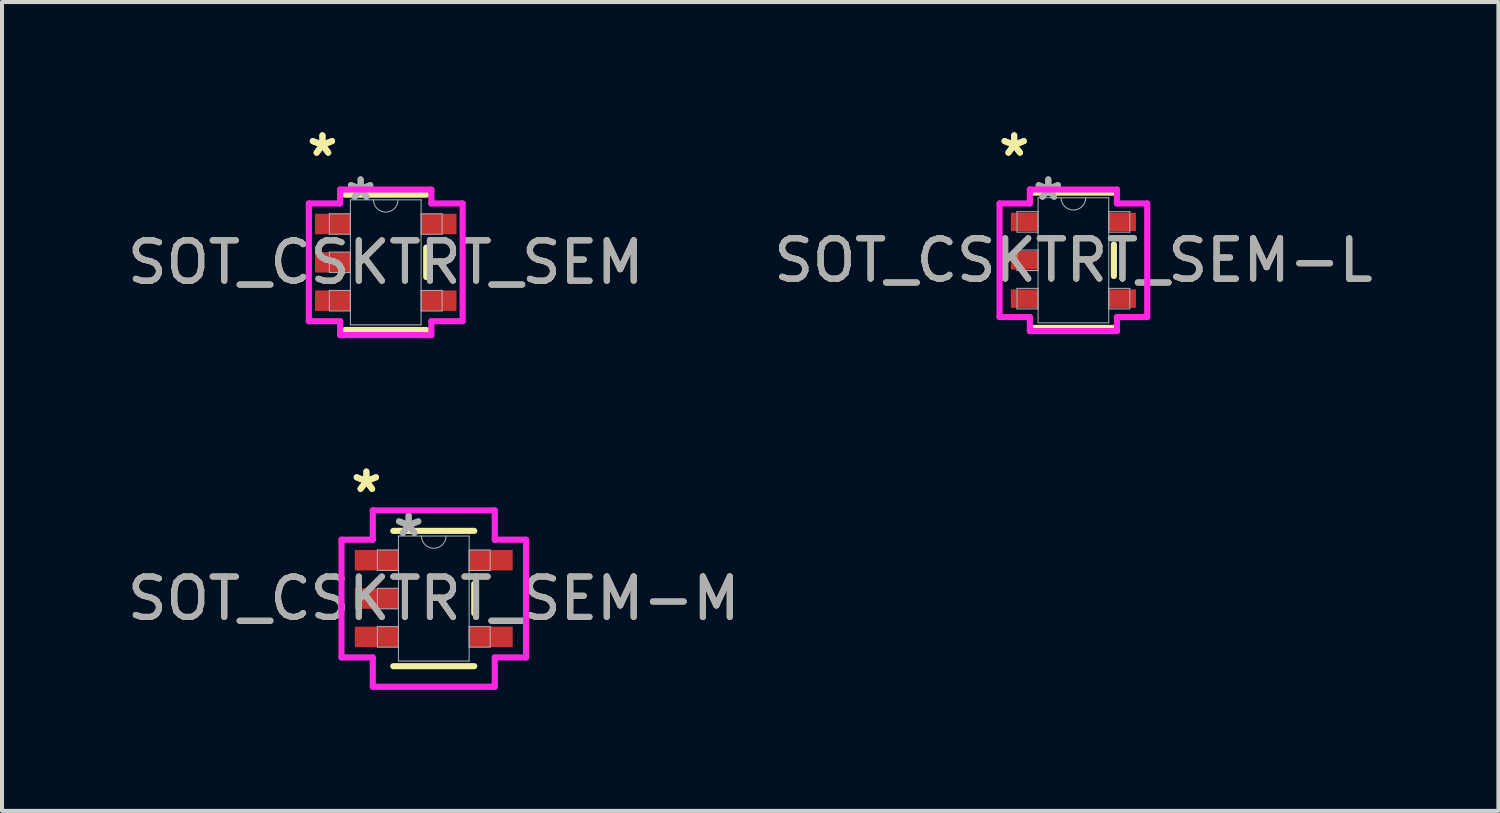
<source format=kicad_pcb>
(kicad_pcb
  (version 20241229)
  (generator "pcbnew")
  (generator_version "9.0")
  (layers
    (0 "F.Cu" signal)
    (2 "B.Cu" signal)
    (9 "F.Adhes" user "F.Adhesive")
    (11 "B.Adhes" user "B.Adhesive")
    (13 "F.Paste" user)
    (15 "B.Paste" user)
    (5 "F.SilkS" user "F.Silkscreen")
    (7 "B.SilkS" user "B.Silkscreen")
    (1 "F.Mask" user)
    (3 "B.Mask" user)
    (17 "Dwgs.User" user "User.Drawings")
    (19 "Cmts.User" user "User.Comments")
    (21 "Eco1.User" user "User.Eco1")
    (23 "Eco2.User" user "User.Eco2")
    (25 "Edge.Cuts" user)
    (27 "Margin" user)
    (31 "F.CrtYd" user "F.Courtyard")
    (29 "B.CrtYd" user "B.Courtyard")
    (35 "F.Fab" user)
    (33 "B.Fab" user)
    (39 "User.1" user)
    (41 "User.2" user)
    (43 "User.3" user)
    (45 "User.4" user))
  (footprint "SOT_CSKTRT_SEM-L"
    (layer "F.Cu")
    (at 23.542 3.398)
    (property "Reference" "SOT_CSKTRT_SEM-L" (at 0 0 0) (unlocked yes) (layer "F.SilkS") (effects (font (size 1 1) (thickness 0.15))))
    (attr smd)
    (fp_line (start -1.003 1.676) (end 1.003 1.676) (stroke (width 0.152) (type solid)) (layer "F.SilkS"))
    (fp_line (start 1.003 -1.676) (end -1.003 -1.676) (stroke (width 0.152) (type solid)) (layer "F.SilkS"))
    (fp_line (start 1.003 0.389) (end 1.003 -0.389) (stroke (width 0.152) (type solid)) (layer "F.SilkS"))
    (fp_line (start -1.829 -1.407) (end -1.079 -1.407) (stroke (width 0.152) (type solid)) (layer "F.CrtYd"))
    (fp_line (start -1.829 1.407) (end -1.829 -1.407) (stroke (width 0.152) (type solid)) (layer "F.CrtYd"))
    (fp_line (start -1.079 -1.753) (end 1.079 -1.753) (stroke (width 0.152) (type solid)) (layer "F.CrtYd"))
    (fp_line (start -1.079 -1.407) (end -1.079 -1.753) (stroke (width 0.152) (type solid)) (layer "F.CrtYd"))
    (fp_line (start -1.079 1.407) (end -1.829 1.407) (stroke (width 0.152) (type solid)) (layer "F.CrtYd"))
    (fp_line (start -1.079 1.753) (end -1.079 1.407) (stroke (width 0.152) (type solid)) (layer "F.CrtYd"))
    (fp_line (start 1.079 -1.753) (end 1.079 -1.407) (stroke (width 0.152) (type solid)) (layer "F.CrtYd"))
    (fp_line (start 1.079 -1.407) (end 1.829 -1.407) (stroke (width 0.152) (type solid)) (layer "F.CrtYd"))
    (fp_line (start 1.079 1.407) (end 1.079 1.753) (stroke (width 0.152) (type solid)) (layer "F.CrtYd"))
    (fp_line (start 1.079 1.753) (end -1.079 1.753) (stroke (width 0.152) (type solid)) (layer "F.CrtYd"))
    (fp_line (start 1.829 -1.407) (end 1.829 1.407) (stroke (width 0.152) (type solid)) (layer "F.CrtYd"))
    (fp_line (start 1.829 1.407) (end 1.079 1.407) (stroke (width 0.152) (type solid)) (layer "F.CrtYd"))
    (fp_line (start -1.397 -1.204) (end -1.397 -0.696) (stroke (width 0.025) (type solid)) (layer "F.Fab"))
    (fp_line (start -1.397 -0.696) (end -0.876 -0.696) (stroke (width 0.025) (type solid)) (layer "F.Fab"))
    (fp_line (start -1.397 -0.254) (end -1.397 0.254) (stroke (width 0.025) (type solid)) (layer "F.Fab"))
    (fp_line (start -1.397 0.254) (end -0.876 0.254) (stroke (width 0.025) (type solid)) (layer "F.Fab"))
    (fp_line (start -1.397 0.696) (end -1.397 1.204) (stroke (width 0.025) (type solid)) (layer "F.Fab"))
    (fp_line (start -1.397 1.204) (end -0.876 1.204) (stroke (width 0.025) (type solid)) (layer "F.Fab"))
    (fp_line (start -0.876 -1.549) (end -0.876 1.549) (stroke (width 0.025) (type solid)) (layer "F.Fab"))
    (fp_line (start -0.876 -1.204) (end -1.397 -1.204) (stroke (width 0.025) (type solid)) (layer "F.Fab"))
    (fp_line (start -0.876 -0.696) (end -0.876 -1.204) (stroke (width 0.025) (type solid)) (layer "F.Fab"))
    (fp_line (start -0.876 -0.254) (end -1.397 -0.254) (stroke (width 0.025) (type solid)) (layer "F.Fab"))
    (fp_line (start -0.876 0.254) (end -0.876 -0.254) (stroke (width 0.025) (type solid)) (layer "F.Fab"))
    (fp_line (start -0.876 0.696) (end -1.397 0.696) (stroke (width 0.025) (type solid)) (layer "F.Fab"))
    (fp_line (start -0.876 1.204) (end -0.876 0.696) (stroke (width 0.025) (type solid)) (layer "F.Fab"))
    (fp_line (start -0.876 1.549) (end 0.876 1.549) (stroke (width 0.025) (type solid)) (layer "F.Fab"))
    (fp_line (start 0.876 -1.549) (end -0.876 -1.549) (stroke (width 0.025) (type solid)) (layer "F.Fab"))
    (fp_line (start 0.876 -1.204) (end 0.876 -0.696) (stroke (width 0.025) (type solid)) (layer "F.Fab"))
    (fp_line (start 0.876 -0.696) (end 1.397 -0.696) (stroke (width 0.025) (type solid)) (layer "F.Fab"))
    (fp_line (start 0.876 0.696) (end 0.876 1.204) (stroke (width 0.025) (type solid)) (layer "F.Fab"))
    (fp_line (start 0.876 1.204) (end 1.397 1.204) (stroke (width 0.025) (type solid)) (layer "F.Fab"))
    (fp_line (start 0.876 1.549) (end 0.876 -1.549) (stroke (width 0.025) (type solid)) (layer "F.Fab"))
    (fp_line (start 1.397 -1.204) (end 0.876 -1.204) (stroke (width 0.025) (type solid)) (layer "F.Fab"))
    (fp_line (start 1.397 -0.696) (end 1.397 -1.204) (stroke (width 0.025) (type solid)) (layer "F.Fab"))
    (fp_line (start 1.397 0.696) (end 0.876 0.696) (stroke (width 0.025) (type solid)) (layer "F.Fab"))
    (fp_line (start 1.397 1.204) (end 1.397 0.696) (stroke (width 0.025) (type solid)) (layer "F.Fab"))
    (fp_arc (start 0.3048 -1.5494) (mid 0 -1.2446) (end -0.3048 -1.5494) (stroke (width 0.0254) (type solid)) (layer "F.Fab"))
    (fp_text user "*" (at -1.467 -2.55 0) (layer "F.SilkS") (effects (font (size 1 1) (thickness 0.15))))
    (fp_text user "*" (at -1.467 -2.55 0) (unlocked yes) (layer "F.SilkS") (effects (font (size 1 1) (thickness 0.15))))
    (fp_text user "*" (at -0.622 -1.458 0) (unlocked yes) (layer "F.Fab") (effects (font (size 1 1) (thickness 0.15))))
    (fp_text user "*" (at -0.622 -1.458 0) (layer "F.Fab") (effects (font (size 1 1) (thickness 0.15))))
    (fp_text user "${REFERENCE}" (at 0 0 0) (unlocked yes) (layer "F.Fab") (effects (font (size 1 1) (thickness 0.15))))
    (pad "1" smd rect (at -1.213 -0.95) (size 0.673 0.457) (layers "F.Cu" "F.Mask" "F.Paste"))
    (pad "2" smd rect (at -1.213 0) (size 0.673 0.457) (layers "F.Cu" "F.Mask" "F.Paste"))
    (pad "3" smd rect (at -1.213 0.95) (size 0.673 0.457) (layers "F.Cu" "F.Mask" "F.Paste"))
    (pad "4" smd rect (at 1.213 0.95) (size 0.673 0.457) (layers "F.Cu" "F.Mask" "F.Paste"))
    (pad "5" smd rect (at 1.213 -0.95) (size 0.673 0.457) (layers "F.Cu" "F.Mask" "F.Paste")))
  (footprint "SOT_CSKTRT_SEM-M"
    (layer "F.Cu")
    (at 7.696 11.778)
    (property "Reference" "SOT_CSKTRT_SEM-M" (at 0 0 0) (unlocked yes) (layer "F.SilkS") (effects (font (size 1 1) (thickness 0.15))))
    (attr smd)
    (fp_line (start -1.003 1.676) (end 1.003 1.676) (stroke (width 0.152) (type solid)) (layer "F.SilkS"))
    (fp_line (start 1.003 -1.676) (end -1.003 -1.676) (stroke (width 0.152) (type solid)) (layer "F.SilkS"))
    (fp_line (start 1.003 0.363) (end 1.003 -0.363) (stroke (width 0.152) (type solid)) (layer "F.SilkS"))
    (fp_line (start -2.286 -1.458) (end -1.511 -1.458) (stroke (width 0.152) (type solid)) (layer "F.CrtYd"))
    (fp_line (start -2.286 1.458) (end -2.286 -1.458) (stroke (width 0.152) (type solid)) (layer "F.CrtYd"))
    (fp_line (start -1.511 -2.184) (end 1.511 -2.184) (stroke (width 0.152) (type solid)) (layer "F.CrtYd"))
    (fp_line (start -1.511 -1.458) (end -1.511 -2.184) (stroke (width 0.152) (type solid)) (layer "F.CrtYd"))
    (fp_line (start -1.511 1.458) (end -2.286 1.458) (stroke (width 0.152) (type solid)) (layer "F.CrtYd"))
    (fp_line (start -1.511 2.184) (end -1.511 1.458) (stroke (width 0.152) (type solid)) (layer "F.CrtYd"))
    (fp_line (start 1.511 -2.184) (end 1.511 -1.458) (stroke (width 0.152) (type solid)) (layer "F.CrtYd"))
    (fp_line (start 1.511 -1.458) (end 2.286 -1.458) (stroke (width 0.152) (type solid)) (layer "F.CrtYd"))
    (fp_line (start 1.511 1.458) (end 1.511 2.184) (stroke (width 0.152) (type solid)) (layer "F.CrtYd"))
    (fp_line (start 1.511 2.184) (end -1.511 2.184) (stroke (width 0.152) (type solid)) (layer "F.CrtYd"))
    (fp_line (start 2.286 -1.458) (end 2.286 1.458) (stroke (width 0.152) (type solid)) (layer "F.CrtYd"))
    (fp_line (start 2.286 1.458) (end 1.511 1.458) (stroke (width 0.152) (type solid)) (layer "F.CrtYd"))
    (fp_line (start -1.397 -1.204) (end -1.397 -0.696) (stroke (width 0.025) (type solid)) (layer "F.Fab"))
    (fp_line (start -1.397 -0.696) (end -0.876 -0.696) (stroke (width 0.025) (type solid)) (layer "F.Fab"))
    (fp_line (start -1.397 -0.254) (end -1.397 0.254) (stroke (width 0.025) (type solid)) (layer "F.Fab"))
    (fp_line (start -1.397 0.254) (end -0.876 0.254) (stroke (width 0.025) (type solid)) (layer "F.Fab"))
    (fp_line (start -1.397 0.696) (end -1.397 1.204) (stroke (width 0.025) (type solid)) (layer "F.Fab"))
    (fp_line (start -1.397 1.204) (end -0.876 1.204) (stroke (width 0.025) (type solid)) (layer "F.Fab"))
    (fp_line (start -0.876 -1.549) (end -0.876 1.549) (stroke (width 0.025) (type solid)) (layer "F.Fab"))
    (fp_line (start -0.876 -1.204) (end -1.397 -1.204) (stroke (width 0.025) (type solid)) (layer "F.Fab"))
    (fp_line (start -0.876 -0.696) (end -0.876 -1.204) (stroke (width 0.025) (type solid)) (layer "F.Fab"))
    (fp_line (start -0.876 -0.254) (end -1.397 -0.254) (stroke (width 0.025) (type solid)) (layer "F.Fab"))
    (fp_line (start -0.876 0.254) (end -0.876 -0.254) (stroke (width 0.025) (type solid)) (layer "F.Fab"))
    (fp_line (start -0.876 0.696) (end -1.397 0.696) (stroke (width 0.025) (type solid)) (layer "F.Fab"))
    (fp_line (start -0.876 1.204) (end -0.876 0.696) (stroke (width 0.025) (type solid)) (layer "F.Fab"))
    (fp_line (start -0.876 1.549) (end 0.876 1.549) (stroke (width 0.025) (type solid)) (layer "F.Fab"))
    (fp_line (start 0.876 -1.549) (end -0.876 -1.549) (stroke (width 0.025) (type solid)) (layer "F.Fab"))
    (fp_line (start 0.876 -1.204) (end 0.876 -0.696) (stroke (width 0.025) (type solid)) (layer "F.Fab"))
    (fp_line (start 0.876 -0.696) (end 1.397 -0.696) (stroke (width 0.025) (type solid)) (layer "F.Fab"))
    (fp_line (start 0.876 0.696) (end 0.876 1.204) (stroke (width 0.025) (type solid)) (layer "F.Fab"))
    (fp_line (start 0.876 1.204) (end 1.397 1.204) (stroke (width 0.025) (type solid)) (layer "F.Fab"))
    (fp_line (start 0.876 1.549) (end 0.876 -1.549) (stroke (width 0.025) (type solid)) (layer "F.Fab"))
    (fp_line (start 1.397 -1.204) (end 0.876 -1.204) (stroke (width 0.025) (type solid)) (layer "F.Fab"))
    (fp_line (start 1.397 -0.696) (end 1.397 -1.204) (stroke (width 0.025) (type solid)) (layer "F.Fab"))
    (fp_line (start 1.397 0.696) (end 0.876 0.696) (stroke (width 0.025) (type solid)) (layer "F.Fab"))
    (fp_line (start 1.397 1.204) (end 1.397 0.696) (stroke (width 0.025) (type solid)) (layer "F.Fab"))
    (fp_arc (start 0.3048 -1.5494) (mid 0 -1.2446) (end -0.3048 -1.5494) (stroke (width 0.0254) (type solid)) (layer "F.Fab"))
    (fp_text user "*" (at -1.67 -2.601 0) (unlocked yes) (layer "F.SilkS") (effects (font (size 1 1) (thickness 0.15))))
    (fp_text user "*" (at -1.67 -2.601 0) (layer "F.SilkS") (effects (font (size 1 1) (thickness 0.15))))
    (fp_text user "${REFERENCE}" (at 0 0 0) (unlocked yes) (layer "F.Fab") (effects (font (size 1 1) (thickness 0.15))))
    (fp_text user "*" (at -0.622 -1.509 0) (unlocked yes) (layer "F.Fab") (effects (font (size 1 1) (thickness 0.15))))
    (fp_text user "*" (at -0.622 -1.509 0) (layer "F.Fab") (effects (font (size 1 1) (thickness 0.15))))
    (pad "1" smd rect (at -1.416 -0.95) (size 1.079 0.508) (layers "F.Cu" "F.Mask" "F.Paste"))
    (pad "2" smd rect (at -1.416 0) (size 1.079 0.508) (layers "F.Cu" "F.Mask" "F.Paste"))
    (pad "3" smd rect (at -1.416 0.95) (size 1.079 0.508) (layers "F.Cu" "F.Mask" "F.Paste"))
    (pad "4" smd rect (at 1.416 0.95) (size 1.079 0.508) (layers "F.Cu" "F.Mask" "F.Paste"))
    (pad "5" smd rect (at 1.416 -0.95) (size 1.079 0.508) (layers "F.Cu" "F.Mask" "F.Paste")))
  (footprint "SOT_CSKTRT_SEM"
    (layer "F.Cu")
    (at 6.506 3.449)
    (property "Reference" "SOT_CSKTRT_SEM" (at 0 0 0) (unlocked yes) (layer "F.SilkS") (effects (font (size 1 1) (thickness 0.15))))
    (attr smd)
    (fp_line (start -1.003 1.676) (end 1.003 1.676) (stroke (width 0.152) (type solid)) (layer "F.SilkS"))
    (fp_line (start 1.003 -1.676) (end -1.003 -1.676) (stroke (width 0.152) (type solid)) (layer "F.SilkS"))
    (fp_line (start 1.003 0.363) (end 1.003 -0.363) (stroke (width 0.152) (type solid)) (layer "F.SilkS"))
    (fp_line (start -1.905 -1.458) (end -1.13 -1.458) (stroke (width 0.152) (type solid)) (layer "F.CrtYd"))
    (fp_line (start -1.905 1.458) (end -1.905 -1.458) (stroke (width 0.152) (type solid)) (layer "F.CrtYd"))
    (fp_line (start -1.13 -1.803) (end 1.13 -1.803) (stroke (width 0.152) (type solid)) (layer "F.CrtYd"))
    (fp_line (start -1.13 -1.458) (end -1.13 -1.803) (stroke (width 0.152) (type solid)) (layer "F.CrtYd"))
    (fp_line (start -1.13 1.458) (end -1.905 1.458) (stroke (width 0.152) (type solid)) (layer "F.CrtYd"))
    (fp_line (start -1.13 1.803) (end -1.13 1.458) (stroke (width 0.152) (type solid)) (layer "F.CrtYd"))
    (fp_line (start 1.13 -1.803) (end 1.13 -1.458) (stroke (width 0.152) (type solid)) (layer "F.CrtYd"))
    (fp_line (start 1.13 -1.458) (end 1.905 -1.458) (stroke (width 0.152) (type solid)) (layer "F.CrtYd"))
    (fp_line (start 1.13 1.458) (end 1.13 1.803) (stroke (width 0.152) (type solid)) (layer "F.CrtYd"))
    (fp_line (start 1.13 1.803) (end -1.13 1.803) (stroke (width 0.152) (type solid)) (layer "F.CrtYd"))
    (fp_line (start 1.905 -1.458) (end 1.905 1.458) (stroke (width 0.152) (type solid)) (layer "F.CrtYd"))
    (fp_line (start 1.905 1.458) (end 1.13 1.458) (stroke (width 0.152) (type solid)) (layer "F.CrtYd"))
    (fp_line (start -1.397 -1.204) (end -1.397 -0.696) (stroke (width 0.025) (type solid)) (layer "F.Fab"))
    (fp_line (start -1.397 -0.696) (end -0.876 -0.696) (stroke (width 0.025) (type solid)) (layer "F.Fab"))
    (fp_line (start -1.397 -0.254) (end -1.397 0.254) (stroke (width 0.025) (type solid)) (layer "F.Fab"))
    (fp_line (start -1.397 0.254) (end -0.876 0.254) (stroke (width 0.025) (type solid)) (layer "F.Fab"))
    (fp_line (start -1.397 0.696) (end -1.397 1.204) (stroke (width 0.025) (type solid)) (layer "F.Fab"))
    (fp_line (start -1.397 1.204) (end -0.876 1.204) (stroke (width 0.025) (type solid)) (layer "F.Fab"))
    (fp_line (start -0.876 -1.549) (end -0.876 1.549) (stroke (width 0.025) (type solid)) (layer "F.Fab"))
    (fp_line (start -0.876 -1.204) (end -1.397 -1.204) (stroke (width 0.025) (type solid)) (layer "F.Fab"))
    (fp_line (start -0.876 -0.696) (end -0.876 -1.204) (stroke (width 0.025) (type solid)) (layer "F.Fab"))
    (fp_line (start -0.876 -0.254) (end -1.397 -0.254) (stroke (width 0.025) (type solid)) (layer "F.Fab"))
    (fp_line (start -0.876 0.254) (end -0.876 -0.254) (stroke (width 0.025) (type solid)) (layer "F.Fab"))
    (fp_line (start -0.876 0.696) (end -1.397 0.696) (stroke (width 0.025) (type solid)) (layer "F.Fab"))
    (fp_line (start -0.876 1.204) (end -0.876 0.696) (stroke (width 0.025) (type solid)) (layer "F.Fab"))
    (fp_line (start -0.876 1.549) (end 0.876 1.549) (stroke (width 0.025) (type solid)) (layer "F.Fab"))
    (fp_line (start 0.876 -1.549) (end -0.876 -1.549) (stroke (width 0.025) (type solid)) (layer "F.Fab"))
    (fp_line (start 0.876 -1.204) (end 0.876 -0.696) (stroke (width 0.025) (type solid)) (layer "F.Fab"))
    (fp_line (start 0.876 -0.696) (end 1.397 -0.696) (stroke (width 0.025) (type solid)) (layer "F.Fab"))
    (fp_line (start 0.876 0.696) (end 0.876 1.204) (stroke (width 0.025) (type solid)) (layer "F.Fab"))
    (fp_line (start 0.876 1.204) (end 1.397 1.204) (stroke (width 0.025) (type solid)) (layer "F.Fab"))
    (fp_line (start 0.876 1.549) (end 0.876 -1.549) (stroke (width 0.025) (type solid)) (layer "F.Fab"))
    (fp_line (start 1.397 -1.204) (end 0.876 -1.204) (stroke (width 0.025) (type solid)) (layer "F.Fab"))
    (fp_line (start 1.397 -0.696) (end 1.397 -1.204) (stroke (width 0.025) (type solid)) (layer "F.Fab"))
    (fp_line (start 1.397 0.696) (end 0.876 0.696) (stroke (width 0.025) (type solid)) (layer "F.Fab"))
    (fp_line (start 1.397 1.204) (end 1.397 0.696) (stroke (width 0.025) (type solid)) (layer "F.Fab"))
    (fp_arc (start 0.3048 -1.5494) (mid 0 -1.2446) (end -0.3048 -1.5494) (stroke (width 0.0254) (type solid)) (layer "F.Fab"))
    (fp_text user "*" (at -1.568 -2.601 0) (layer "F.SilkS") (effects (font (size 1 1) (thickness 0.15))))
    (fp_text user "*" (at -1.568 -2.601 0) (unlocked yes) (layer "F.SilkS") (effects (font (size 1 1) (thickness 0.15))))
    (fp_text user "*" (at -0.622 -1.509 0) (layer "F.Fab") (effects (font (size 1 1) (thickness 0.15))))
    (fp_text user "${REFERENCE}" (at 0 0 0) (unlocked yes) (layer "F.Fab") (effects (font (size 1 1) (thickness 0.15))))
    (fp_text user "*" (at -0.622 -1.509 0) (unlocked yes) (layer "F.Fab") (effects (font (size 1 1) (thickness 0.15))))
    (pad "1" smd rect (at -1.314 -0.95) (size 0.876 0.508) (layers "F.Cu" "F.Mask" "F.Paste"))
    (pad "2" smd rect (at -1.314 0) (size 0.876 0.508) (layers "F.Cu" "F.Mask" "F.Paste"))
    (pad "3" smd rect (at -1.314 0.95) (size 0.876 0.508) (layers "F.Cu" "F.Mask" "F.Paste"))
    (pad "4" smd rect (at 1.314 0.95) (size 0.876 0.508) (layers "F.Cu" "F.Mask" "F.Paste"))
    (pad "5" smd rect (at 1.314 -0.95) (size 0.876 0.508) (layers "F.Cu" "F.Mask" "F.Paste")))
  (gr_rect
    (start -3 -3)
    (end 34.071 17.039)
    (stroke (width 0.1) (type default))
    (fill no)
    (layer "Edge.Cuts")))
</source>
